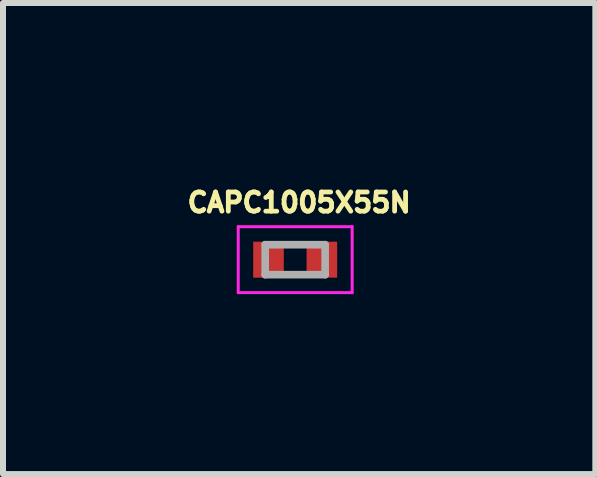
<source format=kicad_pcb>
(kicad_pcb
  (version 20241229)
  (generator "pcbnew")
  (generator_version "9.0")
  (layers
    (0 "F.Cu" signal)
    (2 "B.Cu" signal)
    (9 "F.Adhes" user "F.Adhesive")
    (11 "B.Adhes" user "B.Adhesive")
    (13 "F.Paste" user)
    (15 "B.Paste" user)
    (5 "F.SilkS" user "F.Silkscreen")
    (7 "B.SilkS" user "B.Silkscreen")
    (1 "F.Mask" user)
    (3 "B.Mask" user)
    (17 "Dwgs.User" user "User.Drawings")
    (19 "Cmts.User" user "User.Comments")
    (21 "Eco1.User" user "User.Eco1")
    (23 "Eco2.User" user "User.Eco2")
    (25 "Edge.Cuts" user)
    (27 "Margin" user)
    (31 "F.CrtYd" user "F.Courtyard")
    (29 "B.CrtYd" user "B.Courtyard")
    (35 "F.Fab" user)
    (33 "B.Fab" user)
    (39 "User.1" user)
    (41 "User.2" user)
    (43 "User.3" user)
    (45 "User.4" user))
  (footprint "CAPC1005X55N"
    (layer "F.Cu")
    (at 1.873 1.281)
    (property "Reference" "CAPC1005X55N" (at 0.066 -0.953 0) (layer "F.SilkS") (effects (font (size 0.32 0.32) (thickness 0.15))))
    (attr smd)
    (fp_line (start -0.95 -0.55) (end -0.95 0.55) (stroke (width 0.05) (type solid)) (layer "F.CrtYd"))
    (fp_line (start -0.95 0.55) (end 0.95 0.55) (stroke (width 0.05) (type solid)) (layer "F.CrtYd"))
    (fp_line (start 0.95 -0.55) (end -0.95 -0.55) (stroke (width 0.05) (type solid)) (layer "F.CrtYd"))
    (fp_line (start 0.95 0.55) (end 0.95 -0.55) (stroke (width 0.05) (type solid)) (layer "F.CrtYd"))
    (fp_line (start -0.5 -0.25) (end -0.5 0.25) (stroke (width 0.127) (type solid)) (layer "F.Fab"))
    (fp_line (start -0.5 0.25) (end 0.5 0.25) (stroke (width 0.127) (type solid)) (layer "F.Fab"))
    (fp_line (start 0.5 -0.25) (end -0.5 -0.25) (stroke (width 0.127) (type solid)) (layer "F.Fab"))
    (fp_line (start 0.5 0.25) (end 0.5 -0.25) (stroke (width 0.127) (type solid)) (layer "F.Fab"))
    (pad "1" smd rect (at -0.445 0) (size 0.51 0.6) (layers "F.Cu" "F.Mask" "F.Paste"))
    (pad "2" smd rect (at 0.445 0) (size 0.51 0.6) (layers "F.Cu" "F.Mask" "F.Paste")))
  (gr_rect
    (start -3 -3)
    (end 6.879 4.856)
    (stroke (width 0.1) (type default))
    (fill no)
    (layer "Edge.Cuts")))
</source>
